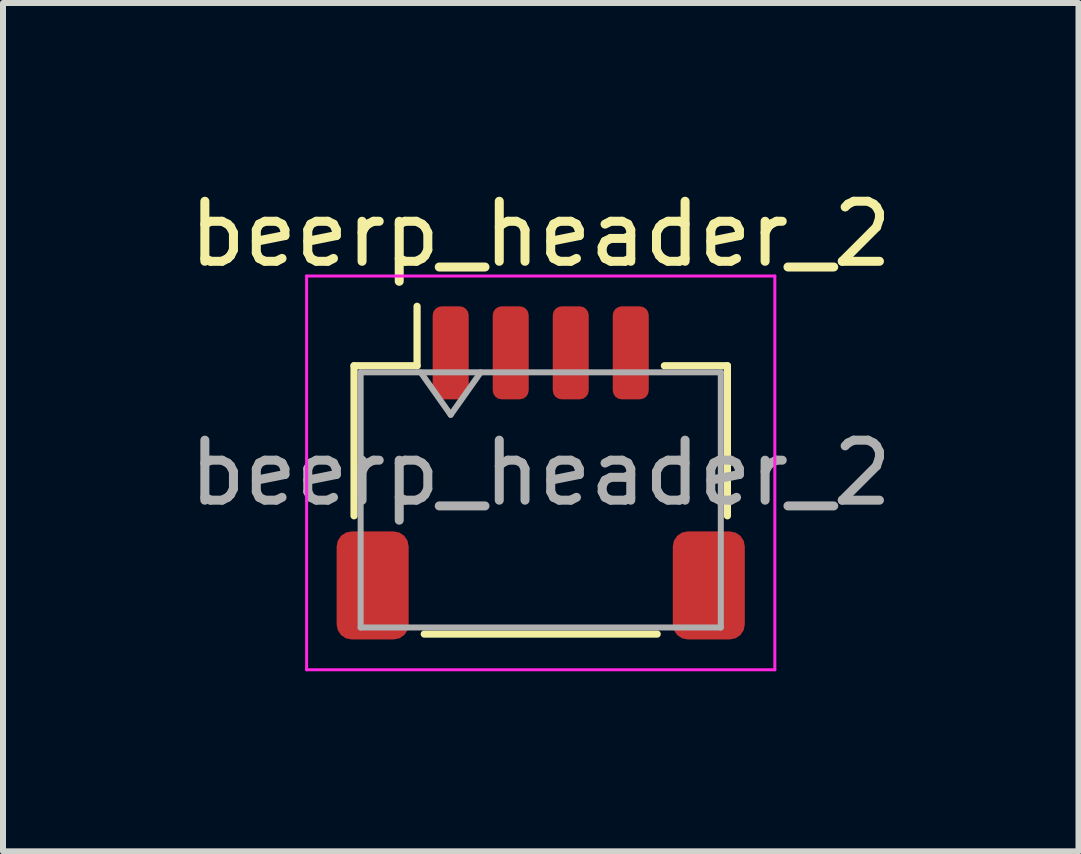
<source format=kicad_pcb>
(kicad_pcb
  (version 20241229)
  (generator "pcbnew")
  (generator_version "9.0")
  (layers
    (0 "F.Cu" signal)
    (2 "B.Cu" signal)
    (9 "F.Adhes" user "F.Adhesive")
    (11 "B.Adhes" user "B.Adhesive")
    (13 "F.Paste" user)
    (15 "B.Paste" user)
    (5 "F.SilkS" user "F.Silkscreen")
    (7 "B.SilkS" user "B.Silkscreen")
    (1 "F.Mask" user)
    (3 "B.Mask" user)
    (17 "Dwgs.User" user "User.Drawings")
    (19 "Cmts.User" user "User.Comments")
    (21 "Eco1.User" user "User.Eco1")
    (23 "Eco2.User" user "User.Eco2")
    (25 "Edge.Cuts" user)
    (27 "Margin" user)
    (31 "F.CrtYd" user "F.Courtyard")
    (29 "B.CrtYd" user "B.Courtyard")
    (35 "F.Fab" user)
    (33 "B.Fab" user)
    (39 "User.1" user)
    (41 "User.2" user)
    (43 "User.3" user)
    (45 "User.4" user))
  (footprint "beerp_header_2"
    (layer "F.Cu")
    (at 5.958 4.828)
    (property "Reference" "beerp_header_2" (at 0 -3.98 0) (layer "F.SilkS") (effects (font (size 1 1) (thickness 0.15))))
    (attr smd)
    (fp_line (start -3.11 -1.785) (end -2.06 -1.785) (stroke (width 0.12) (type solid)) (layer "F.SilkS"))
    (fp_line (start -3.11 0.715) (end -3.11 -1.785) (stroke (width 0.12) (type solid)) (layer "F.SilkS"))
    (fp_line (start -2.06 -1.785) (end -2.06 -2.775) (stroke (width 0.12) (type solid)) (layer "F.SilkS"))
    (fp_line (start -1.94 2.685) (end 1.94 2.685) (stroke (width 0.12) (type solid)) (layer "F.SilkS"))
    (fp_line (start 3.11 -1.785) (end 2.06 -1.785) (stroke (width 0.12) (type solid)) (layer "F.SilkS"))
    (fp_line (start 3.11 0.715) (end 3.11 -1.785) (stroke (width 0.12) (type solid)) (layer "F.SilkS"))
    (fp_line (start -3.9 -3.28) (end -3.9 3.28) (stroke (width 0.05) (type solid)) (layer "F.CrtYd"))
    (fp_line (start -3.9 3.28) (end 3.9 3.28) (stroke (width 0.05) (type solid)) (layer "F.CrtYd"))
    (fp_line (start 3.9 -3.28) (end -3.9 -3.28) (stroke (width 0.05) (type solid)) (layer "F.CrtYd"))
    (fp_line (start 3.9 3.28) (end 3.9 -3.28) (stroke (width 0.05) (type solid)) (layer "F.CrtYd"))
    (fp_line (start -3 -1.675) (end -3 2.575) (stroke (width 0.1) (type solid)) (layer "F.Fab"))
    (fp_line (start -3 -1.675) (end 3 -1.675) (stroke (width 0.1) (type solid)) (layer "F.Fab"))
    (fp_line (start -3 2.575) (end 3 2.575) (stroke (width 0.1) (type solid)) (layer "F.Fab"))
    (fp_line (start -2 -1.675) (end -1.5 -0.968) (stroke (width 0.1) (type solid)) (layer "F.Fab"))
    (fp_line (start -1.5 -0.968) (end -1 -1.675) (stroke (width 0.1) (type solid)) (layer "F.Fab"))
    (fp_line (start 3 -1.675) (end 3 2.575) (stroke (width 0.1) (type solid)) (layer "F.Fab"))
    (fp_text user "${REFERENCE}" (at 0 0 0) (layer "F.Fab") (effects (font (size 1 1) (thickness 0.15))))
    (pad "1" smd roundrect (at -1.5 -2) (size 0.6 1.55) (layers "F.Cu" "F.Mask" "F.Paste") (roundrect_rratio 0.25))
    (pad "2" smd roundrect (at -0.5 -2) (size 0.6 1.55) (layers "F.Cu" "F.Mask" "F.Paste") (roundrect_rratio 0.25))
    (pad "3" smd roundrect (at 0.5 -2) (size 0.6 1.55) (layers "F.Cu" "F.Mask" "F.Paste") (roundrect_rratio 0.25))
    (pad "4" smd roundrect (at 1.5 -2) (size 0.6 1.55) (layers "F.Cu" "F.Mask" "F.Paste") (roundrect_rratio 0.25))
    (pad "MP" smd roundrect (at -2.8 1.875) (size 1.2 1.8) (layers "F.Cu" "F.Mask" "F.Paste") (roundrect_rratio 0.208))
    (pad "MP" smd roundrect (at 2.8 1.875) (size 1.2 1.8) (layers "F.Cu" "F.Mask" "F.Paste") (roundrect_rratio 0.208)))
  (gr_rect
    (start -3 -3)
    (end 14.917 11.133)
    (stroke (width 0.1) (type default))
    (fill no)
    (layer "Edge.Cuts")))
</source>
